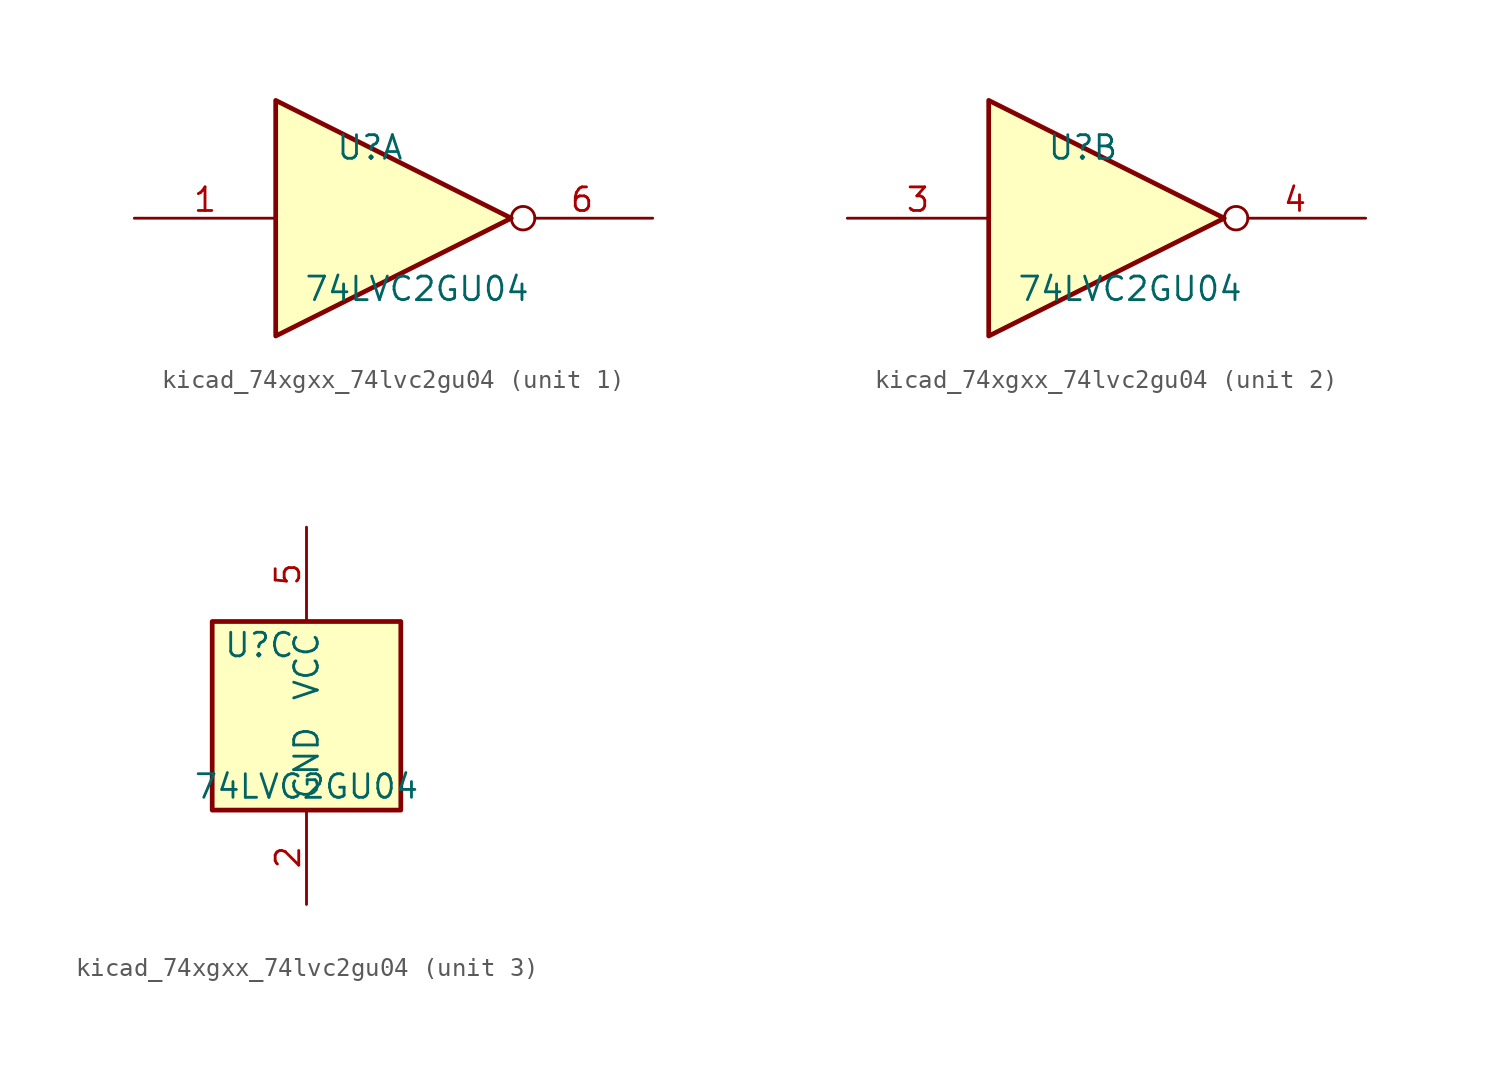
<source format=kicad_sym>
(kicad_symbol_lib
  (version 20220914)
  (generator kicad_symbol_editor)
  (symbol "kicad_74xgxx_74lvc2gu04"
    (property "Reference" "U"
      (at -2.54 3.81 0)
      (effects (font (size 1.27 1.27))))
    (property "Value" "74LVC2GU04"
      (at 0 -3.81 0)
      (effects (font (size 1.27 1.27))))
    (symbol "kicad_74xgxx_74lvc2gu04_1_1"
      (polyline (pts (xy -7.62 6.35) (xy -7.62 -6.35) (xy 5.08 0) (xy -7.62 6.35)) (stroke (width 0.254) (type default)) (fill (type background)))
      (pin input line (at -15.24 0 0) (length 7.62) (name "~" (effects (font (size 1.27 1.27)))) (number "1" (effects (font (size 1.27 1.27)))))
      (pin output inverted (at 12.7 0 180) (length 7.62) (name "~" (effects (font (size 1.27 1.27)))) (number "6" (effects (font (size 1.27 1.27))))))
    (symbol "kicad_74xgxx_74lvc2gu04_2_1"
      (polyline (pts (xy -7.62 6.35) (xy -7.62 -6.35) (xy 5.08 0) (xy -7.62 6.35)) (stroke (width 0.254) (type default)) (fill (type background)))
      (pin input line (at -15.24 0 0) (length 7.62) (name "~" (effects (font (size 1.27 1.27)))) (number "3" (effects (font (size 1.27 1.27)))))
      (pin output inverted (at 12.7 0 180) (length 7.62) (name "~" (effects (font (size 1.27 1.27)))) (number "4" (effects (font (size 1.27 1.27))))))
    (symbol "kicad_74xgxx_74lvc2gu04_3_0"
      (rectangle (start -5.08 -5.08) (end 5.08 5.08) (stroke (width 0.254) (type default)) (fill (type background))))
    (symbol "kicad_74xgxx_74lvc2gu04_3_1"
      (pin power_in line (at 0 -10.16 90) (length 5.08) (name "GND" (effects (font (size 1.27 1.27)))) (number "2" (effects (font (size 1.27 1.27)))))
      (pin power_in line (at 0 10.16 270) (length 5.08) (name "VCC" (effects (font (size 1.27 1.27)))) (number "5" (effects (font (size 1.27 1.27))))))))
</source>
